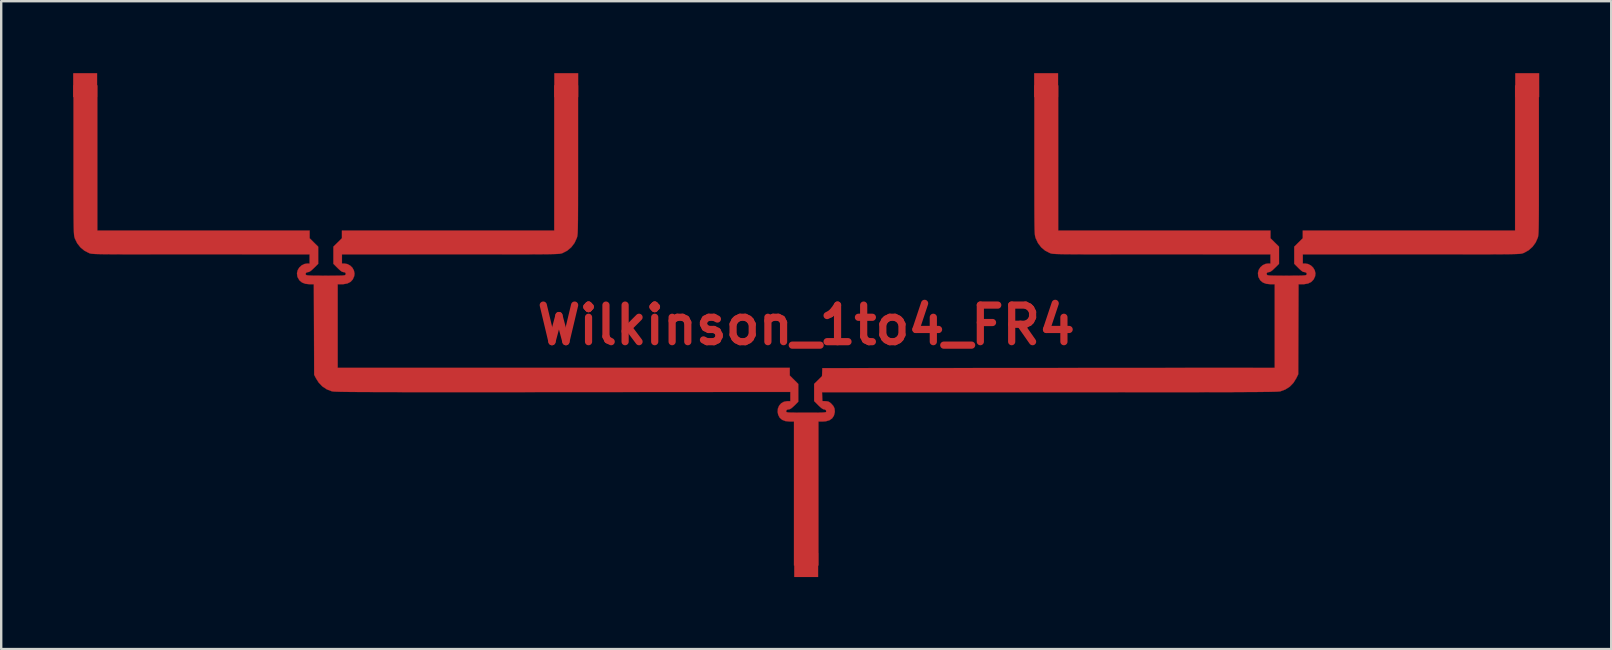
<source format=kicad_pcb>
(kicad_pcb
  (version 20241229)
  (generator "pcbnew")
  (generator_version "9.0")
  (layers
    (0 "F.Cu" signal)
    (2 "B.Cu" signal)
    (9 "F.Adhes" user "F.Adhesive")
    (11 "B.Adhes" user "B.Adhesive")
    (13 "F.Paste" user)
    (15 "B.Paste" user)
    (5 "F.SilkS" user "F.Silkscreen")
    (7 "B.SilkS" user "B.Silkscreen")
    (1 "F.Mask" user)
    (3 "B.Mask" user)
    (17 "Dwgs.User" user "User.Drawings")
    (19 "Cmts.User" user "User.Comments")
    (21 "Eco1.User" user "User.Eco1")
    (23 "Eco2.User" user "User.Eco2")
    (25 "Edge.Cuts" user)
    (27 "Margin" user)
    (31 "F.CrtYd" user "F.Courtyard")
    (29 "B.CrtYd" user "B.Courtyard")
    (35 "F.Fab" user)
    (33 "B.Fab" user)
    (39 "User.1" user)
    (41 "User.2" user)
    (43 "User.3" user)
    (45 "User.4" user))
  (footprint "Wilkinson_1to4_FR4"
    (layer "F.Cu")
    (at 30.55 10.5)
    (property "Reference" "Wilkinson_1to4_FR4" (at 0 0 0) (layer "F.Cu") (effects (font (size 1.524 1.524) (thickness 0.3))))
    (attr through_hole)
    (fp_poly (pts (xy -29.544 -3.941) (xy -20.696 -3.941) (xy -20.696 -3.622) (xy -20.518 -3.445) (xy -20.34 -3.269) (xy -20.34 -2.554) (xy -20.513 -2.383) (xy -20.61 -2.292) (xy -20.682 -2.237) (xy -20.736 -2.214) (xy -20.751 -2.212) (xy -20.819 -2.198) (xy -20.858 -2.162) (xy -20.86 -2.116) (xy -20.849 -2.098) (xy -20.834 -2.087) (xy -20.804 -2.078) (xy -20.755 -2.071) (xy -20.682 -2.067) (xy -20.579 -2.063) (xy -20.441 -2.061) (xy -20.263 -2.06) (xy -20.04 -2.059) (xy -20.02 -2.059) (xy -19.798 -2.06) (xy -19.62 -2.06) (xy -19.483 -2.062) (xy -19.38 -2.064) (xy -19.307 -2.068) (xy -19.258 -2.074) (xy -19.227 -2.082) (xy -19.209 -2.092) (xy -19.199 -2.105) (xy -19.198 -2.106) (xy -19.19 -2.161) (xy -19.225 -2.198) (xy -19.297 -2.212) (xy -19.346 -2.226) (xy -19.411 -2.27) (xy -19.498 -2.349) (xy -19.534 -2.384) (xy -19.705 -2.557) (xy -19.705 -3.269) (xy -19.527 -3.445) (xy -19.349 -3.622) (xy -19.349 -3.941) (xy -10.501 -3.941) (xy -10.501 -9.992) (xy -9.509 -9.992) (xy -9.509 -6.889) (xy -9.509 -6.428) (xy -9.509 -6.014) (xy -9.509 -5.646) (xy -9.51 -5.32) (xy -9.51 -5.034) (xy -9.511 -4.784) (xy -9.512 -4.569) (xy -9.513 -4.385) (xy -9.515 -4.23) (xy -9.517 -4.1) (xy -9.52 -3.993) (xy -9.523 -3.907) (xy -9.526 -3.837) (xy -9.531 -3.782) (xy -9.536 -3.739) (xy -9.541 -3.705) (xy -9.547 -3.677) (xy -9.554 -3.653) (xy -9.562 -3.631) (xy -9.656 -3.425) (xy -9.789 -3.248) (xy -9.955 -3.107) (xy -10.15 -3.005) (xy -10.159 -3.002) (xy -10.177 -2.995) (xy -10.196 -2.989) (xy -10.217 -2.984) (xy -10.244 -2.979) (xy -10.279 -2.974) (xy -10.323 -2.97) (xy -10.379 -2.967) (xy -10.449 -2.964) (xy -10.537 -2.961) (xy -10.643 -2.959) (xy -10.77 -2.956) (xy -10.92 -2.955) (xy -11.096 -2.953) (xy -11.3 -2.952) (xy -11.535 -2.951) (xy -11.801 -2.95) (xy -12.103 -2.95) (xy -12.441 -2.95) (xy -12.819 -2.949) (xy -13.238 -2.949) (xy -13.702 -2.949) (xy -14.211 -2.949) (xy -14.768 -2.949) (xy -14.825 -2.949) (xy -19.349 -2.95) (xy -19.349 -2.568) (xy -19.259 -2.568) (xy -19.124 -2.545) (xy -19.006 -2.483) (xy -18.912 -2.391) (xy -18.85 -2.276) (xy -18.825 -2.149) (xy -18.838 -2.043) (xy -18.897 -1.905) (xy -18.991 -1.803) (xy -19.121 -1.737) (xy -19.287 -1.707) (xy -19.355 -1.704) (xy -19.527 -1.704) (xy -19.527 1.78) (xy -0.686 1.78) (xy -0.686 2.099) (xy -0.331 2.452) (xy -0.331 3.192) (xy -0.49 3.351) (xy -0.592 3.444) (xy -0.667 3.496) (xy -0.713 3.509) (xy -0.792 3.523) (xy -0.832 3.562) (xy -0.835 3.601) (xy -0.83 3.614) (xy -0.818 3.624) (xy -0.794 3.632) (xy -0.752 3.639) (xy -0.688 3.643) (xy -0.595 3.646) (xy -0.469 3.647) (xy -0.305 3.648) (xy -0.098 3.649) (xy 0 3.649) (xy 0.227 3.648) (xy 0.408 3.648) (xy 0.548 3.647) (xy 0.654 3.644) (xy 0.729 3.64) (xy 0.78 3.635) (xy 0.81 3.628) (xy 0.827 3.618) (xy 0.833 3.606) (xy 0.835 3.601) (xy 0.824 3.547) (xy 0.772 3.515) (xy 0.724 3.509) (xy 0.683 3.491) (xy 0.617 3.443) (xy 0.536 3.371) (xy 0.501 3.336) (xy 0.331 3.164) (xy 0.331 2.452) (xy 0.659 2.127) (xy 0.666 1.96) (xy 0.674 1.792) (xy 10.1 1.786) (xy 19.527 1.78) (xy 19.527 -1.704) (xy 19.355 -1.704) (xy 19.176 -1.722) (xy 19.034 -1.775) (xy 18.927 -1.864) (xy 18.855 -1.989) (xy 18.838 -2.043) (xy 18.827 -2.174) (xy 18.859 -2.3) (xy 18.928 -2.411) (xy 19.027 -2.498) (xy 19.149 -2.553) (xy 19.259 -2.568) (xy 19.349 -2.568) (xy 19.349 -2.95) (xy 14.825 -2.949) (xy 14.262 -2.949) (xy 13.748 -2.949) (xy 13.281 -2.949) (xy 12.858 -2.949) (xy 12.476 -2.95) (xy 12.134 -2.95) (xy 11.829 -2.95) (xy 11.559 -2.951) (xy 11.321 -2.952) (xy 11.115 -2.953) (xy 10.936 -2.955) (xy 10.783 -2.956) (xy 10.654 -2.958) (xy 10.546 -2.961) (xy 10.457 -2.963) (xy 10.385 -2.966) (xy 10.328 -2.97) (xy 10.282 -2.974) (xy 10.247 -2.978) (xy 10.22 -2.983) (xy 10.198 -2.989) (xy 10.179 -2.995) (xy 10.161 -3.001) (xy 10.159 -3.002) (xy 9.963 -3.101) (xy 9.796 -3.241) (xy 9.661 -3.416) (xy 9.565 -3.621) (xy 9.562 -3.631) (xy 9.554 -3.655) (xy 9.547 -3.679) (xy 9.541 -3.708) (xy 9.535 -3.743) (xy 9.53 -3.786) (xy 9.526 -3.842) (xy 9.523 -3.913) (xy 9.519 -4.001) (xy 9.517 -4.11) (xy 9.515 -4.241) (xy 9.513 -4.399) (xy 9.512 -4.585) (xy 9.511 -4.803) (xy 9.51 -5.056) (xy 9.51 -5.345) (xy 9.509 -5.674) (xy 9.509 -6.046) (xy 9.509 -6.463) (xy 9.509 -6.889) (xy 9.509 -9.992) (xy 10.501 -9.992) (xy 10.501 -3.941) (xy 19.349 -3.941) (xy 19.349 -3.622) (xy 19.527 -3.445) (xy 19.705 -3.269) (xy 19.705 -2.554) (xy 19.532 -2.383) (xy 19.433 -2.29) (xy 19.359 -2.234) (xy 19.305 -2.213) (xy 19.296 -2.212) (xy 19.224 -2.198) (xy 19.19 -2.16) (xy 19.198 -2.106) (xy 19.208 -2.093) (xy 19.225 -2.083) (xy 19.254 -2.075) (xy 19.302 -2.069) (xy 19.373 -2.065) (xy 19.473 -2.062) (xy 19.607 -2.06) (xy 19.781 -2.06) (xy 20 -2.059) (xy 20.02 -2.059) (xy 20.247 -2.06) (xy 20.429 -2.061) (xy 20.569 -2.063) (xy 20.675 -2.066) (xy 20.75 -2.071) (xy 20.801 -2.078) (xy 20.832 -2.086) (xy 20.848 -2.097) (xy 20.849 -2.098) (xy 20.864 -2.145) (xy 20.838 -2.186) (xy 20.779 -2.21) (xy 20.75 -2.212) (xy 20.702 -2.224) (xy 20.641 -2.264) (xy 20.559 -2.337) (xy 20.511 -2.384) (xy 20.34 -2.557) (xy 20.34 -3.269) (xy 20.518 -3.445) (xy 20.696 -3.622) (xy 20.696 -3.941) (xy 29.544 -3.941) (xy 29.544 -9.992) (xy 30.536 -9.992) (xy 30.536 -6.893) (xy 30.536 -6.43) (xy 30.536 -6.015) (xy 30.536 -5.646) (xy 30.535 -5.319) (xy 30.535 -5.032) (xy 30.534 -4.782) (xy 30.533 -4.566) (xy 30.531 -4.381) (xy 30.529 -4.225) (xy 30.527 -4.095) (xy 30.524 -3.987) (xy 30.521 -3.9) (xy 30.518 -3.83) (xy 30.513 -3.775) (xy 30.508 -3.732) (xy 30.503 -3.697) (xy 30.497 -3.669) (xy 30.49 -3.645) (xy 30.489 -3.642) (xy 30.401 -3.443) (xy 30.273 -3.267) (xy 30.111 -3.122) (xy 29.922 -3.016) (xy 29.886 -3.002) (xy 29.868 -2.995) (xy 29.849 -2.989) (xy 29.828 -2.984) (xy 29.801 -2.979) (xy 29.766 -2.974) (xy 29.722 -2.97) (xy 29.666 -2.967) (xy 29.596 -2.964) (xy 29.508 -2.961) (xy 29.403 -2.959) (xy 29.275 -2.956) (xy 29.125 -2.955) (xy 28.949 -2.953) (xy 28.745 -2.952) (xy 28.511 -2.951) (xy 28.244 -2.95) (xy 27.942 -2.95) (xy 27.604 -2.95) (xy 27.226 -2.949) (xy 26.807 -2.949) (xy 26.343 -2.949) (xy 25.834 -2.949) (xy 25.277 -2.949) (xy 25.22 -2.949) (xy 20.696 -2.95) (xy 20.696 -2.568) (xy 20.786 -2.568) (xy 20.918 -2.546) (xy 21.035 -2.485) (xy 21.13 -2.394) (xy 21.195 -2.282) (xy 21.223 -2.159) (xy 21.209 -2.037) (xy 21.145 -1.9) (xy 21.048 -1.799) (xy 20.916 -1.735) (xy 20.748 -1.706) (xy 20.69 -1.704) (xy 20.519 -1.704) (xy 20.512 0.172) (xy 20.506 2.047) (xy 20.426 2.212) (xy 20.306 2.407) (xy 20.152 2.565) (xy 19.966 2.684) (xy 19.769 2.757) (xy 19.752 2.761) (xy 19.728 2.764) (xy 19.695 2.767) (xy 19.651 2.77) (xy 19.595 2.773) (xy 19.526 2.775) (xy 19.441 2.777) (xy 19.34 2.78) (xy 19.221 2.782) (xy 19.083 2.783) (xy 18.923 2.785) (xy 18.741 2.787) (xy 18.535 2.788) (xy 18.303 2.789) (xy 18.044 2.79) (xy 17.757 2.792) (xy 17.439 2.792) (xy 17.089 2.793) (xy 16.707 2.794) (xy 16.29 2.795) (xy 15.836 2.795) (xy 15.345 2.795) (xy 14.815 2.796) (xy 14.244 2.796) (xy 13.631 2.796) (xy 12.974 2.797) (xy 12.271 2.797) (xy 11.522 2.797) (xy 10.725 2.797) (xy 10.138 2.797) (xy 0.659 2.797) (xy 0.666 2.981) (xy 0.674 3.165) (xy 0.75 3.168) (xy 0.851 3.173) (xy 0.92 3.186) (xy 0.975 3.214) (xy 1.035 3.263) (xy 1.039 3.267) (xy 1.132 3.37) (xy 1.181 3.477) (xy 1.192 3.602) (xy 1.19 3.633) (xy 1.154 3.776) (xy 1.08 3.886) (xy 0.968 3.964) (xy 0.82 4.007) (xy 0.688 4.017) (xy 0.509 4.017) (xy 0.509 10.018) (xy -0.509 10.018) (xy -0.509 4.017) (xy -0.687 4.017) (xy -0.863 4) (xy -1.001 3.948) (xy -1.103 3.861) (xy -1.166 3.741) (xy -1.19 3.621) (xy -1.179 3.479) (xy -1.128 3.356) (xy -1.042 3.258) (xy -0.928 3.194) (xy -0.793 3.17) (xy -0.786 3.17) (xy -0.661 3.172) (xy -0.661 2.978) (xy -0.661 2.784) (xy -10.138 2.791) (xy -10.97 2.791) (xy -11.752 2.792) (xy -12.487 2.792) (xy -13.176 2.792) (xy -13.82 2.793) (xy -14.42 2.793) (xy -14.979 2.793) (xy -15.498 2.793) (xy -15.977 2.793) (xy -16.42 2.792) (xy -16.826 2.792) (xy -17.199 2.791) (xy -17.539 2.791) (xy -17.847 2.79) (xy -18.126 2.789) (xy -18.377 2.788) (xy -18.601 2.787) (xy -18.799 2.786) (xy -18.975 2.784) (xy -19.128 2.783) (xy -19.26 2.781) (xy -19.373 2.779) (xy -19.469 2.777) (xy -19.548 2.774) (xy -19.613 2.772) (xy -19.665 2.769) (xy -19.705 2.766) (xy -19.735 2.763) (xy -19.757 2.76) (xy -19.767 2.758) (xy -19.978 2.678) (xy -20.163 2.556) (xy -20.318 2.394) (xy -20.425 2.226) (xy -20.506 2.072) (xy -20.513 0.184) (xy -20.52 -1.704) (xy -20.691 -1.704) (xy -20.87 -1.722) (xy -21.012 -1.776) (xy -21.12 -1.866) (xy -21.194 -1.993) (xy -21.208 -2.036) (xy -21.223 -2.165) (xy -21.193 -2.289) (xy -21.127 -2.4) (xy -21.03 -2.489) (xy -20.911 -2.548) (xy -20.784 -2.568) (xy -20.696 -2.568) (xy -20.696 -2.95) (xy -25.22 -2.949) (xy -25.783 -2.949) (xy -26.297 -2.949) (xy -26.764 -2.949) (xy -27.188 -2.949) (xy -27.569 -2.95) (xy -27.911 -2.95) (xy -28.216 -2.95) (xy -28.486 -2.951) (xy -28.724 -2.952) (xy -28.93 -2.953) (xy -29.109 -2.955) (xy -29.262 -2.956) (xy -29.391 -2.958) (xy -29.499 -2.961) (xy -29.588 -2.963) (xy -29.66 -2.966) (xy -29.717 -2.97) (xy -29.763 -2.974) (xy -29.798 -2.978) (xy -29.825 -2.983) (xy -29.847 -2.989) (xy -29.866 -2.995) (xy -29.884 -3.001) (xy -29.886 -3.002) (xy -30.079 -3.1) (xy -30.246 -3.239) (xy -30.381 -3.409) (xy -30.477 -3.605) (xy -30.489 -3.642) (xy -30.496 -3.666) (xy -30.502 -3.694) (xy -30.508 -3.727) (xy -30.513 -3.77) (xy -30.517 -3.823) (xy -30.521 -3.892) (xy -30.524 -3.977) (xy -30.527 -4.082) (xy -30.529 -4.21) (xy -30.531 -4.363) (xy -30.532 -4.544) (xy -30.534 -4.757) (xy -30.534 -5.003) (xy -30.535 -5.286) (xy -30.536 -5.608) (xy -30.536 -5.973) (xy -30.536 -6.382) (xy -30.536 -6.839) (xy -30.536 -9.992) (xy -29.544 -9.992) (xy -29.544 -3.941)) (stroke (width 0.01) (type solid)) (fill yes) (layer "F.Cu"))
    (pad "" smd rect (at -30.05 -10) (size 1 1) (layers "F.Cu" "F.Paste"))
    (pad "" smd rect (at -10 -10) (size 1 1) (layers "F.Cu" "F.Paste"))
    (pad "" smd rect (at 0 10) (size 1 1) (layers "F.Cu" "F.Paste"))
    (pad "" smd rect (at 10 -10) (size 1 1) (layers "F.Cu" "F.Paste"))
    (pad "" smd rect (at 30.05 -10) (size 1 1) (layers "F.Cu" "F.Paste")))
  (gr_rect
    (start -3 -3)
    (end 64.1 24)
    (stroke (width 0.1) (type default))
    (fill no)
    (layer "Edge.Cuts")))
</source>
